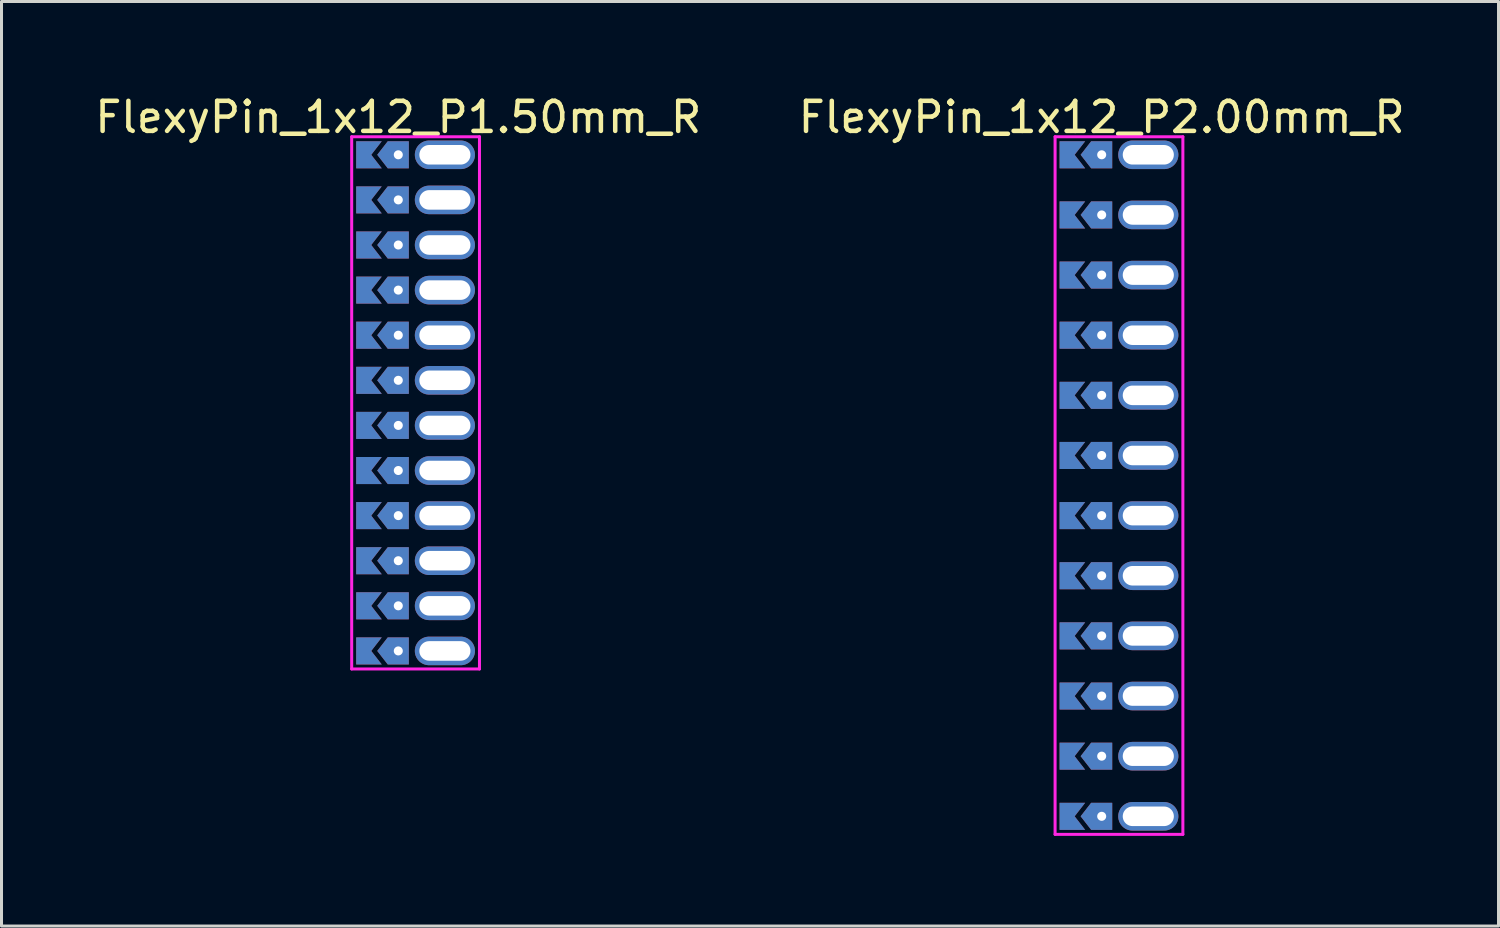
<source format=kicad_pcb>
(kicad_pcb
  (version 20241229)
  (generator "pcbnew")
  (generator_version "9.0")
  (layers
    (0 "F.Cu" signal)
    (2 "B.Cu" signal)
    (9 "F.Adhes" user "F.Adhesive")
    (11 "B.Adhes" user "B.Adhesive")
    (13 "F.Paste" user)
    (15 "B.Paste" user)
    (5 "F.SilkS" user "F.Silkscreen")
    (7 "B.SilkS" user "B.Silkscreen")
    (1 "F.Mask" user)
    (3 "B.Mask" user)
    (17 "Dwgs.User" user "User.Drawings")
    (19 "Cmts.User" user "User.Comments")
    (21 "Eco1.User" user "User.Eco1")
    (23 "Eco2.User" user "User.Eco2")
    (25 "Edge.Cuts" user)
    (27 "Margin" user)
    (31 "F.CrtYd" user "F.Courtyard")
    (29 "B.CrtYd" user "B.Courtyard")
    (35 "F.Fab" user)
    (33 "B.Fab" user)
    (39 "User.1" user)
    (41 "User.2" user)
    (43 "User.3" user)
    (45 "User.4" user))
  (footprint "FlexyPin_1x12_P1.50mm_R"
    (layer "F.Cu")
    (at 10.196 2.098)
    (property "Reference" "FlexyPin_1x12_P1.50mm_R" (at 0 -1.25 0) (layer "F.SilkS") (effects (font (size 1 1) (thickness 0.15))))
    (attr through_hole)
    (fp_line (start -1.55 -0.6) (end 2.7 -0.6) (stroke (width 0.1) (type solid)) (layer "F.CrtYd"))
    (fp_line (start -1.55 17.1) (end -1.55 -0.6) (stroke (width 0.1) (type solid)) (layer "F.CrtYd"))
    (fp_line (start 2.7 -0.6) (end 2.7 17.1) (stroke (width 0.1) (type solid)) (layer "F.CrtYd"))
    (fp_line (start 2.7 17.1) (end -1.55 17.1) (stroke (width 0.1) (type solid)) (layer "F.CrtYd"))
    (pad "" thru_hole custom (at 0 0) (size 0.3 0.3) (drill 0.6) (layers "*.Cu" "*.Mask") (options (anchor rect)) (primitives (gr_poly (pts (xy 0.35 0.45) (xy 0.35 -0.45) (xy -0.35 -0.45) (xy -0.7 0) (xy -0.35 0.45)) (width 0) (fill yes))))
    (pad "" thru_hole custom (at 0 1.5) (size 0.3 0.3) (drill 0.6) (layers "*.Cu" "*.Mask") (options (anchor rect)) (primitives (gr_poly (pts (xy 0.35 0.45) (xy 0.35 -0.45) (xy -0.35 -0.45) (xy -0.7 0) (xy -0.35 0.45)) (width 0) (fill yes))))
    (pad "" thru_hole custom (at 0 3) (size 0.3 0.3) (drill 0.6) (layers "*.Cu" "*.Mask") (options (anchor rect)) (primitives (gr_poly (pts (xy 0.35 0.45) (xy 0.35 -0.45) (xy -0.35 -0.45) (xy -0.7 0) (xy -0.35 0.45)) (width 0) (fill yes))))
    (pad "" thru_hole custom (at 0 4.5) (size 0.3 0.3) (drill 0.6) (layers "*.Cu" "*.Mask") (options (anchor rect)) (primitives (gr_poly (pts (xy 0.35 0.45) (xy 0.35 -0.45) (xy -0.35 -0.45) (xy -0.7 0) (xy -0.35 0.45)) (width 0) (fill yes))))
    (pad "" thru_hole custom (at 0 6) (size 0.3 0.3) (drill 0.6) (layers "*.Cu" "*.Mask") (options (anchor rect)) (primitives (gr_poly (pts (xy 0.35 0.45) (xy 0.35 -0.45) (xy -0.35 -0.45) (xy -0.7 0) (xy -0.35 0.45)) (width 0) (fill yes))))
    (pad "" thru_hole custom (at 0 7.5) (size 0.3 0.3) (drill 0.6) (layers "*.Cu" "*.Mask") (options (anchor rect)) (primitives (gr_poly (pts (xy 0.35 0.45) (xy 0.35 -0.45) (xy -0.35 -0.45) (xy -0.7 0) (xy -0.35 0.45)) (width 0) (fill yes))))
    (pad "" thru_hole custom (at 0 9) (size 0.3 0.3) (drill 0.6) (layers "*.Cu" "*.Mask") (options (anchor rect)) (primitives (gr_poly (pts (xy 0.35 0.45) (xy 0.35 -0.45) (xy -0.35 -0.45) (xy -0.7 0) (xy -0.35 0.45)) (width 0) (fill yes))))
    (pad "" thru_hole custom (at 0 10.5) (size 0.3 0.3) (drill 0.6) (layers "*.Cu" "*.Mask") (options (anchor rect)) (primitives (gr_poly (pts (xy 0.35 0.45) (xy 0.35 -0.45) (xy -0.35 -0.45) (xy -0.7 0) (xy -0.35 0.45)) (width 0) (fill yes))))
    (pad "" thru_hole custom (at 0 12) (size 0.3 0.3) (drill 0.6) (layers "*.Cu" "*.Mask") (options (anchor rect)) (primitives (gr_poly (pts (xy 0.35 0.45) (xy 0.35 -0.45) (xy -0.35 -0.45) (xy -0.7 0) (xy -0.35 0.45)) (width 0) (fill yes))))
    (pad "" thru_hole custom (at 0 13.5) (size 0.3 0.3) (drill 0.6) (layers "*.Cu" "*.Mask") (options (anchor rect)) (primitives (gr_poly (pts (xy 0.35 0.45) (xy 0.35 -0.45) (xy -0.35 -0.45) (xy -0.7 0) (xy -0.35 0.45)) (width 0) (fill yes))))
    (pad "" thru_hole custom (at 0 15) (size 0.3 0.3) (drill 0.6) (layers "*.Cu" "*.Mask") (options (anchor rect)) (primitives (gr_poly (pts (xy 0.35 0.45) (xy 0.35 -0.45) (xy -0.35 -0.45) (xy -0.7 0) (xy -0.35 0.45)) (width 0) (fill yes))))
    (pad "" thru_hole custom (at 0 16.5) (size 0.3 0.3) (drill 0.6) (layers "*.Cu" "*.Mask") (options (anchor rect)) (primitives (gr_poly (pts (xy 0.35 0.45) (xy 0.35 -0.45) (xy -0.35 -0.45) (xy -0.7 0) (xy -0.35 0.45)) (width 0) (fill yes))))
    (pad "" thru_hole oval (at 1.55 0) (size 2 0.95) (drill oval 1.7 0.65) (layers "*.Cu" "*.Mask"))
    (pad "" thru_hole oval (at 1.55 1.5) (size 2 0.95) (drill oval 1.7 0.65) (layers "*.Cu" "*.Mask"))
    (pad "" thru_hole oval (at 1.55 3) (size 2 0.95) (drill oval 1.7 0.65) (layers "*.Cu" "*.Mask"))
    (pad "" thru_hole oval (at 1.55 4.5) (size 2 0.95) (drill oval 1.7 0.65) (layers "*.Cu" "*.Mask"))
    (pad "" thru_hole oval (at 1.55 6) (size 2 0.95) (drill oval 1.7 0.65) (layers "*.Cu" "*.Mask"))
    (pad "" thru_hole oval (at 1.55 7.5) (size 2 0.95) (drill oval 1.7 0.65) (layers "*.Cu" "*.Mask"))
    (pad "" thru_hole oval (at 1.55 9) (size 2 0.95) (drill oval 1.7 0.65) (layers "*.Cu" "*.Mask"))
    (pad "" thru_hole oval (at 1.55 10.5) (size 2 0.95) (drill oval 1.7 0.65) (layers "*.Cu" "*.Mask"))
    (pad "" thru_hole oval (at 1.55 12) (size 2 0.95) (drill oval 1.7 0.65) (layers "*.Cu" "*.Mask"))
    (pad "" thru_hole oval (at 1.55 13.5) (size 2 0.95) (drill oval 1.7 0.65) (layers "*.Cu" "*.Mask"))
    (pad "" thru_hole oval (at 1.55 15) (size 2 0.95) (drill oval 1.7 0.65) (layers "*.Cu" "*.Mask"))
    (pad "" thru_hole oval (at 1.55 16.5) (size 2 0.95) (drill oval 1.7 0.65) (layers "*.Cu" "*.Mask"))
    (pad "1" smd custom (at -0.9 0) (size 0.01 0.01) (layers "F.Cu" "F.Mask") (options (anchor rect)) (primitives (gr_poly (pts (xy 0 0) (xy 0.35 0.45) (xy -0.5 0.45) (xy -0.5 -0.45) (xy 0.35 -0.45)) (width 0) (fill yes))))
    (pad "1" smd custom (at -0.9 1.5) (size 0.01 0.01) (layers "F.Cu" "F.Mask") (options (anchor rect)) (primitives (gr_poly (pts (xy 0 0) (xy 0.35 0.45) (xy -0.5 0.45) (xy -0.5 -0.45) (xy 0.35 -0.45)) (width 0) (fill yes))))
    (pad "1" smd custom (at -0.9 3) (size 0.01 0.01) (layers "F.Cu" "F.Mask") (options (anchor rect)) (primitives (gr_poly (pts (xy 0 0) (xy 0.35 0.45) (xy -0.5 0.45) (xy -0.5 -0.45) (xy 0.35 -0.45)) (width 0) (fill yes))))
    (pad "1" smd custom (at -0.9 4.5) (size 0.01 0.01) (layers "F.Cu" "F.Mask") (options (anchor rect)) (primitives (gr_poly (pts (xy 0 0) (xy 0.35 0.45) (xy -0.5 0.45) (xy -0.5 -0.45) (xy 0.35 -0.45)) (width 0) (fill yes))))
    (pad "1" smd custom (at -0.9 6) (size 0.01 0.01) (layers "F.Cu" "F.Mask") (options (anchor rect)) (primitives (gr_poly (pts (xy 0 0) (xy 0.35 0.45) (xy -0.5 0.45) (xy -0.5 -0.45) (xy 0.35 -0.45)) (width 0) (fill yes))))
    (pad "1" smd custom (at -0.9 7.5) (size 0.01 0.01) (layers "F.Cu" "F.Mask") (options (anchor rect)) (primitives (gr_poly (pts (xy 0 0) (xy 0.35 0.45) (xy -0.5 0.45) (xy -0.5 -0.45) (xy 0.35 -0.45)) (width 0) (fill yes))))
    (pad "1" smd custom (at -0.9 9) (size 0.01 0.01) (layers "F.Cu" "F.Mask") (options (anchor rect)) (primitives (gr_poly (pts (xy 0 0) (xy 0.35 0.45) (xy -0.5 0.45) (xy -0.5 -0.45) (xy 0.35 -0.45)) (width 0) (fill yes))))
    (pad "1" smd custom (at -0.9 10.5) (size 0.01 0.01) (layers "F.Cu" "F.Mask") (options (anchor rect)) (primitives (gr_poly (pts (xy 0 0) (xy 0.35 0.45) (xy -0.5 0.45) (xy -0.5 -0.45) (xy 0.35 -0.45)) (width 0) (fill yes))))
    (pad "1" smd custom (at -0.9 12) (size 0.01 0.01) (layers "F.Cu" "F.Mask") (options (anchor rect)) (primitives (gr_poly (pts (xy 0 0) (xy 0.35 0.45) (xy -0.5 0.45) (xy -0.5 -0.45) (xy 0.35 -0.45)) (width 0) (fill yes))))
    (pad "1" smd custom (at -0.9 13.5) (size 0.01 0.01) (layers "F.Cu" "F.Mask") (options (anchor rect)) (primitives (gr_poly (pts (xy 0 0) (xy 0.35 0.45) (xy -0.5 0.45) (xy -0.5 -0.45) (xy 0.35 -0.45)) (width 0) (fill yes))))
    (pad "1" smd custom (at -0.9 15) (size 0.01 0.01) (layers "F.Cu" "F.Mask") (options (anchor rect)) (primitives (gr_poly (pts (xy 0 0) (xy 0.35 0.45) (xy -0.5 0.45) (xy -0.5 -0.45) (xy 0.35 -0.45)) (width 0) (fill yes))))
    (pad "1" smd custom (at -0.9 16.5) (size 0.01 0.01) (layers "F.Cu" "F.Mask") (options (anchor rect)) (primitives (gr_poly (pts (xy 0 0) (xy 0.35 0.45) (xy -0.5 0.45) (xy -0.5 -0.45) (xy 0.35 -0.45)) (width 0) (fill yes))))
    (pad "2" smd custom (at -0.9 0) (size 0.01 0.01) (layers "B.Cu" "B.Mask") (options (anchor rect)) (primitives (gr_poly (pts (xy 0 0) (xy 0.35 0.45) (xy -0.5 0.45) (xy -0.5 -0.45) (xy 0.35 -0.45)) (width 0) (fill yes))))
    (pad "2" smd custom (at -0.9 1.5) (size 0.01 0.01) (layers "B.Cu" "B.Mask") (options (anchor rect)) (primitives (gr_poly (pts (xy 0 0) (xy 0.35 0.45) (xy -0.5 0.45) (xy -0.5 -0.45) (xy 0.35 -0.45)) (width 0) (fill yes))))
    (pad "2" smd custom (at -0.9 3) (size 0.01 0.01) (layers "B.Cu" "B.Mask") (options (anchor rect)) (primitives (gr_poly (pts (xy 0 0) (xy 0.35 0.45) (xy -0.5 0.45) (xy -0.5 -0.45) (xy 0.35 -0.45)) (width 0) (fill yes))))
    (pad "2" smd custom (at -0.9 4.5) (size 0.01 0.01) (layers "B.Cu" "B.Mask") (options (anchor rect)) (primitives (gr_poly (pts (xy 0 0) (xy 0.35 0.45) (xy -0.5 0.45) (xy -0.5 -0.45) (xy 0.35 -0.45)) (width 0) (fill yes))))
    (pad "2" smd custom (at -0.9 6) (size 0.01 0.01) (layers "B.Cu" "B.Mask") (options (anchor rect)) (primitives (gr_poly (pts (xy 0 0) (xy 0.35 0.45) (xy -0.5 0.45) (xy -0.5 -0.45) (xy 0.35 -0.45)) (width 0) (fill yes))))
    (pad "2" smd custom (at -0.9 7.5) (size 0.01 0.01) (layers "B.Cu" "B.Mask") (options (anchor rect)) (primitives (gr_poly (pts (xy 0 0) (xy 0.35 0.45) (xy -0.5 0.45) (xy -0.5 -0.45) (xy 0.35 -0.45)) (width 0) (fill yes))))
    (pad "2" smd custom (at -0.9 9) (size 0.01 0.01) (layers "B.Cu" "B.Mask") (options (anchor rect)) (primitives (gr_poly (pts (xy 0 0) (xy 0.35 0.45) (xy -0.5 0.45) (xy -0.5 -0.45) (xy 0.35 -0.45)) (width 0) (fill yes))))
    (pad "2" smd custom (at -0.9 10.5) (size 0.01 0.01) (layers "B.Cu" "B.Mask") (options (anchor rect)) (primitives (gr_poly (pts (xy 0 0) (xy 0.35 0.45) (xy -0.5 0.45) (xy -0.5 -0.45) (xy 0.35 -0.45)) (width 0) (fill yes))))
    (pad "2" smd custom (at -0.9 12) (size 0.01 0.01) (layers "B.Cu" "B.Mask") (options (anchor rect)) (primitives (gr_poly (pts (xy 0 0) (xy 0.35 0.45) (xy -0.5 0.45) (xy -0.5 -0.45) (xy 0.35 -0.45)) (width 0) (fill yes))))
    (pad "2" smd custom (at -0.9 13.5) (size 0.01 0.01) (layers "B.Cu" "B.Mask") (options (anchor rect)) (primitives (gr_poly (pts (xy 0 0) (xy 0.35 0.45) (xy -0.5 0.45) (xy -0.5 -0.45) (xy 0.35 -0.45)) (width 0) (fill yes))))
    (pad "2" smd custom (at -0.9 15) (size 0.01 0.01) (layers "B.Cu" "B.Mask") (options (anchor rect)) (primitives (gr_poly (pts (xy 0 0) (xy 0.35 0.45) (xy -0.5 0.45) (xy -0.5 -0.45) (xy 0.35 -0.45)) (width 0) (fill yes))))
    (pad "2" smd custom (at -0.9 16.5) (size 0.01 0.01) (layers "B.Cu" "B.Mask") (options (anchor rect)) (primitives (gr_poly (pts (xy 0 0) (xy 0.35 0.45) (xy -0.5 0.45) (xy -0.5 -0.45) (xy 0.35 -0.45)) (width 0) (fill yes)))))
  (footprint "FlexyPin_1x12_P2.00mm_R"
    (layer "F.Cu")
    (at 33.589 2.098)
    (property "Reference" "FlexyPin_1x12_P2.00mm_R" (at 0 -1.25 0) (layer "F.SilkS") (effects (font (size 1 1) (thickness 0.15))))
    (attr through_hole)
    (fp_line (start -1.55 -0.6) (end 2.7 -0.6) (stroke (width 0.1) (type solid)) (layer "F.CrtYd"))
    (fp_line (start -1.55 22.6) (end -1.55 -0.6) (stroke (width 0.1) (type solid)) (layer "F.CrtYd"))
    (fp_line (start 2.7 -0.6) (end 2.7 22.6) (stroke (width 0.1) (type solid)) (layer "F.CrtYd"))
    (fp_line (start 2.7 22.6) (end -1.55 22.6) (stroke (width 0.1) (type solid)) (layer "F.CrtYd"))
    (pad "" thru_hole custom (at 0 0) (size 0.3 0.3) (drill 0.6) (layers "*.Cu" "*.Mask") (options (anchor rect)) (primitives (gr_poly (pts (xy 0.35 0.45) (xy 0.35 -0.45) (xy -0.35 -0.45) (xy -0.7 0) (xy -0.35 0.45)) (width 0) (fill yes))))
    (pad "" thru_hole custom (at 0 2) (size 0.3 0.3) (drill 0.6) (layers "*.Cu" "*.Mask") (options (anchor rect)) (primitives (gr_poly (pts (xy 0.35 0.45) (xy 0.35 -0.45) (xy -0.35 -0.45) (xy -0.7 0) (xy -0.35 0.45)) (width 0) (fill yes))))
    (pad "" thru_hole custom (at 0 4) (size 0.3 0.3) (drill 0.6) (layers "*.Cu" "*.Mask") (options (anchor rect)) (primitives (gr_poly (pts (xy 0.35 0.45) (xy 0.35 -0.45) (xy -0.35 -0.45) (xy -0.7 0) (xy -0.35 0.45)) (width 0) (fill yes))))
    (pad "" thru_hole custom (at 0 6) (size 0.3 0.3) (drill 0.6) (layers "*.Cu" "*.Mask") (options (anchor rect)) (primitives (gr_poly (pts (xy 0.35 0.45) (xy 0.35 -0.45) (xy -0.35 -0.45) (xy -0.7 0) (xy -0.35 0.45)) (width 0) (fill yes))))
    (pad "" thru_hole custom (at 0 8) (size 0.3 0.3) (drill 0.6) (layers "*.Cu" "*.Mask") (options (anchor rect)) (primitives (gr_poly (pts (xy 0.35 0.45) (xy 0.35 -0.45) (xy -0.35 -0.45) (xy -0.7 0) (xy -0.35 0.45)) (width 0) (fill yes))))
    (pad "" thru_hole custom (at 0 10) (size 0.3 0.3) (drill 0.6) (layers "*.Cu" "*.Mask") (options (anchor rect)) (primitives (gr_poly (pts (xy 0.35 0.45) (xy 0.35 -0.45) (xy -0.35 -0.45) (xy -0.7 0) (xy -0.35 0.45)) (width 0) (fill yes))))
    (pad "" thru_hole custom (at 0 12) (size 0.3 0.3) (drill 0.6) (layers "*.Cu" "*.Mask") (options (anchor rect)) (primitives (gr_poly (pts (xy 0.35 0.45) (xy 0.35 -0.45) (xy -0.35 -0.45) (xy -0.7 0) (xy -0.35 0.45)) (width 0) (fill yes))))
    (pad "" thru_hole custom (at 0 14) (size 0.3 0.3) (drill 0.6) (layers "*.Cu" "*.Mask") (options (anchor rect)) (primitives (gr_poly (pts (xy 0.35 0.45) (xy 0.35 -0.45) (xy -0.35 -0.45) (xy -0.7 0) (xy -0.35 0.45)) (width 0) (fill yes))))
    (pad "" thru_hole custom (at 0 16) (size 0.3 0.3) (drill 0.6) (layers "*.Cu" "*.Mask") (options (anchor rect)) (primitives (gr_poly (pts (xy 0.35 0.45) (xy 0.35 -0.45) (xy -0.35 -0.45) (xy -0.7 0) (xy -0.35 0.45)) (width 0) (fill yes))))
    (pad "" thru_hole custom (at 0 18) (size 0.3 0.3) (drill 0.6) (layers "*.Cu" "*.Mask") (options (anchor rect)) (primitives (gr_poly (pts (xy 0.35 0.45) (xy 0.35 -0.45) (xy -0.35 -0.45) (xy -0.7 0) (xy -0.35 0.45)) (width 0) (fill yes))))
    (pad "" thru_hole custom (at 0 20) (size 0.3 0.3) (drill 0.6) (layers "*.Cu" "*.Mask") (options (anchor rect)) (primitives (gr_poly (pts (xy 0.35 0.45) (xy 0.35 -0.45) (xy -0.35 -0.45) (xy -0.7 0) (xy -0.35 0.45)) (width 0) (fill yes))))
    (pad "" thru_hole custom (at 0 22) (size 0.3 0.3) (drill 0.6) (layers "*.Cu" "*.Mask") (options (anchor rect)) (primitives (gr_poly (pts (xy 0.35 0.45) (xy 0.35 -0.45) (xy -0.35 -0.45) (xy -0.7 0) (xy -0.35 0.45)) (width 0) (fill yes))))
    (pad "" thru_hole oval (at 1.55 0) (size 2 0.95) (drill oval 1.7 0.65) (layers "*.Cu" "*.Mask"))
    (pad "" thru_hole oval (at 1.55 2) (size 2 0.95) (drill oval 1.7 0.65) (layers "*.Cu" "*.Mask"))
    (pad "" thru_hole oval (at 1.55 4) (size 2 0.95) (drill oval 1.7 0.65) (layers "*.Cu" "*.Mask"))
    (pad "" thru_hole oval (at 1.55 6) (size 2 0.95) (drill oval 1.7 0.65) (layers "*.Cu" "*.Mask"))
    (pad "" thru_hole oval (at 1.55 8) (size 2 0.95) (drill oval 1.7 0.65) (layers "*.Cu" "*.Mask"))
    (pad "" thru_hole oval (at 1.55 10) (size 2 0.95) (drill oval 1.7 0.65) (layers "*.Cu" "*.Mask"))
    (pad "" thru_hole oval (at 1.55 12) (size 2 0.95) (drill oval 1.7 0.65) (layers "*.Cu" "*.Mask"))
    (pad "" thru_hole oval (at 1.55 14) (size 2 0.95) (drill oval 1.7 0.65) (layers "*.Cu" "*.Mask"))
    (pad "" thru_hole oval (at 1.55 16) (size 2 0.95) (drill oval 1.7 0.65) (layers "*.Cu" "*.Mask"))
    (pad "" thru_hole oval (at 1.55 18) (size 2 0.95) (drill oval 1.7 0.65) (layers "*.Cu" "*.Mask"))
    (pad "" thru_hole oval (at 1.55 20) (size 2 0.95) (drill oval 1.7 0.65) (layers "*.Cu" "*.Mask"))
    (pad "" thru_hole oval (at 1.55 22) (size 2 0.95) (drill oval 1.7 0.65) (layers "*.Cu" "*.Mask"))
    (pad "1" smd custom (at -0.9 0) (size 0.01 0.01) (layers "F.Cu" "F.Mask") (options (anchor rect)) (primitives (gr_poly (pts (xy 0 0) (xy 0.35 0.45) (xy -0.5 0.45) (xy -0.5 -0.45) (xy 0.35 -0.45)) (width 0) (fill yes))))
    (pad "1" smd custom (at -0.9 2) (size 0.01 0.01) (layers "F.Cu" "F.Mask") (options (anchor rect)) (primitives (gr_poly (pts (xy 0 0) (xy 0.35 0.45) (xy -0.5 0.45) (xy -0.5 -0.45) (xy 0.35 -0.45)) (width 0) (fill yes))))
    (pad "1" smd custom (at -0.9 4) (size 0.01 0.01) (layers "F.Cu" "F.Mask") (options (anchor rect)) (primitives (gr_poly (pts (xy 0 0) (xy 0.35 0.45) (xy -0.5 0.45) (xy -0.5 -0.45) (xy 0.35 -0.45)) (width 0) (fill yes))))
    (pad "1" smd custom (at -0.9 6) (size 0.01 0.01) (layers "F.Cu" "F.Mask") (options (anchor rect)) (primitives (gr_poly (pts (xy 0 0) (xy 0.35 0.45) (xy -0.5 0.45) (xy -0.5 -0.45) (xy 0.35 -0.45)) (width 0) (fill yes))))
    (pad "1" smd custom (at -0.9 8) (size 0.01 0.01) (layers "F.Cu" "F.Mask") (options (anchor rect)) (primitives (gr_poly (pts (xy 0 0) (xy 0.35 0.45) (xy -0.5 0.45) (xy -0.5 -0.45) (xy 0.35 -0.45)) (width 0) (fill yes))))
    (pad "1" smd custom (at -0.9 10) (size 0.01 0.01) (layers "F.Cu" "F.Mask") (options (anchor rect)) (primitives (gr_poly (pts (xy 0 0) (xy 0.35 0.45) (xy -0.5 0.45) (xy -0.5 -0.45) (xy 0.35 -0.45)) (width 0) (fill yes))))
    (pad "1" smd custom (at -0.9 12) (size 0.01 0.01) (layers "F.Cu" "F.Mask") (options (anchor rect)) (primitives (gr_poly (pts (xy 0 0) (xy 0.35 0.45) (xy -0.5 0.45) (xy -0.5 -0.45) (xy 0.35 -0.45)) (width 0) (fill yes))))
    (pad "1" smd custom (at -0.9 14) (size 0.01 0.01) (layers "F.Cu" "F.Mask") (options (anchor rect)) (primitives (gr_poly (pts (xy 0 0) (xy 0.35 0.45) (xy -0.5 0.45) (xy -0.5 -0.45) (xy 0.35 -0.45)) (width 0) (fill yes))))
    (pad "1" smd custom (at -0.9 16) (size 0.01 0.01) (layers "F.Cu" "F.Mask") (options (anchor rect)) (primitives (gr_poly (pts (xy 0 0) (xy 0.35 0.45) (xy -0.5 0.45) (xy -0.5 -0.45) (xy 0.35 -0.45)) (width 0) (fill yes))))
    (pad "1" smd custom (at -0.9 18) (size 0.01 0.01) (layers "F.Cu" "F.Mask") (options (anchor rect)) (primitives (gr_poly (pts (xy 0 0) (xy 0.35 0.45) (xy -0.5 0.45) (xy -0.5 -0.45) (xy 0.35 -0.45)) (width 0) (fill yes))))
    (pad "1" smd custom (at -0.9 20) (size 0.01 0.01) (layers "F.Cu" "F.Mask") (options (anchor rect)) (primitives (gr_poly (pts (xy 0 0) (xy 0.35 0.45) (xy -0.5 0.45) (xy -0.5 -0.45) (xy 0.35 -0.45)) (width 0) (fill yes))))
    (pad "1" smd custom (at -0.9 22) (size 0.01 0.01) (layers "F.Cu" "F.Mask") (options (anchor rect)) (primitives (gr_poly (pts (xy 0 0) (xy 0.35 0.45) (xy -0.5 0.45) (xy -0.5 -0.45) (xy 0.35 -0.45)) (width 0) (fill yes))))
    (pad "2" smd custom (at -0.9 0) (size 0.01 0.01) (layers "B.Cu" "B.Mask") (options (anchor rect)) (primitives (gr_poly (pts (xy 0 0) (xy 0.35 0.45) (xy -0.5 0.45) (xy -0.5 -0.45) (xy 0.35 -0.45)) (width 0) (fill yes))))
    (pad "2" smd custom (at -0.9 2) (size 0.01 0.01) (layers "B.Cu" "B.Mask") (options (anchor rect)) (primitives (gr_poly (pts (xy 0 0) (xy 0.35 0.45) (xy -0.5 0.45) (xy -0.5 -0.45) (xy 0.35 -0.45)) (width 0) (fill yes))))
    (pad "2" smd custom (at -0.9 4) (size 0.01 0.01) (layers "B.Cu" "B.Mask") (options (anchor rect)) (primitives (gr_poly (pts (xy 0 0) (xy 0.35 0.45) (xy -0.5 0.45) (xy -0.5 -0.45) (xy 0.35 -0.45)) (width 0) (fill yes))))
    (pad "2" smd custom (at -0.9 6) (size 0.01 0.01) (layers "B.Cu" "B.Mask") (options (anchor rect)) (primitives (gr_poly (pts (xy 0 0) (xy 0.35 0.45) (xy -0.5 0.45) (xy -0.5 -0.45) (xy 0.35 -0.45)) (width 0) (fill yes))))
    (pad "2" smd custom (at -0.9 8) (size 0.01 0.01) (layers "B.Cu" "B.Mask") (options (anchor rect)) (primitives (gr_poly (pts (xy 0 0) (xy 0.35 0.45) (xy -0.5 0.45) (xy -0.5 -0.45) (xy 0.35 -0.45)) (width 0) (fill yes))))
    (pad "2" smd custom (at -0.9 10) (size 0.01 0.01) (layers "B.Cu" "B.Mask") (options (anchor rect)) (primitives (gr_poly (pts (xy 0 0) (xy 0.35 0.45) (xy -0.5 0.45) (xy -0.5 -0.45) (xy 0.35 -0.45)) (width 0) (fill yes))))
    (pad "2" smd custom (at -0.9 12) (size 0.01 0.01) (layers "B.Cu" "B.Mask") (options (anchor rect)) (primitives (gr_poly (pts (xy 0 0) (xy 0.35 0.45) (xy -0.5 0.45) (xy -0.5 -0.45) (xy 0.35 -0.45)) (width 0) (fill yes))))
    (pad "2" smd custom (at -0.9 14) (size 0.01 0.01) (layers "B.Cu" "B.Mask") (options (anchor rect)) (primitives (gr_poly (pts (xy 0 0) (xy 0.35 0.45) (xy -0.5 0.45) (xy -0.5 -0.45) (xy 0.35 -0.45)) (width 0) (fill yes))))
    (pad "2" smd custom (at -0.9 16) (size 0.01 0.01) (layers "B.Cu" "B.Mask") (options (anchor rect)) (primitives (gr_poly (pts (xy 0 0) (xy 0.35 0.45) (xy -0.5 0.45) (xy -0.5 -0.45) (xy 0.35 -0.45)) (width 0) (fill yes))))
    (pad "2" smd custom (at -0.9 18) (size 0.01 0.01) (layers "B.Cu" "B.Mask") (options (anchor rect)) (primitives (gr_poly (pts (xy 0 0) (xy 0.35 0.45) (xy -0.5 0.45) (xy -0.5 -0.45) (xy 0.35 -0.45)) (width 0) (fill yes))))
    (pad "2" smd custom (at -0.9 20) (size 0.01 0.01) (layers "B.Cu" "B.Mask") (options (anchor rect)) (primitives (gr_poly (pts (xy 0 0) (xy 0.35 0.45) (xy -0.5 0.45) (xy -0.5 -0.45) (xy 0.35 -0.45)) (width 0) (fill yes))))
    (pad "2" smd custom (at -0.9 22) (size 0.01 0.01) (layers "B.Cu" "B.Mask") (options (anchor rect)) (primitives (gr_poly (pts (xy 0 0) (xy 0.35 0.45) (xy -0.5 0.45) (xy -0.5 -0.45) (xy 0.35 -0.45)) (width 0) (fill yes)))))
  (gr_rect
    (start -3 -3)
    (end 46.786 27.748)
    (stroke (width 0.1) (type default))
    (fill no)
    (layer "Edge.Cuts")))
</source>
